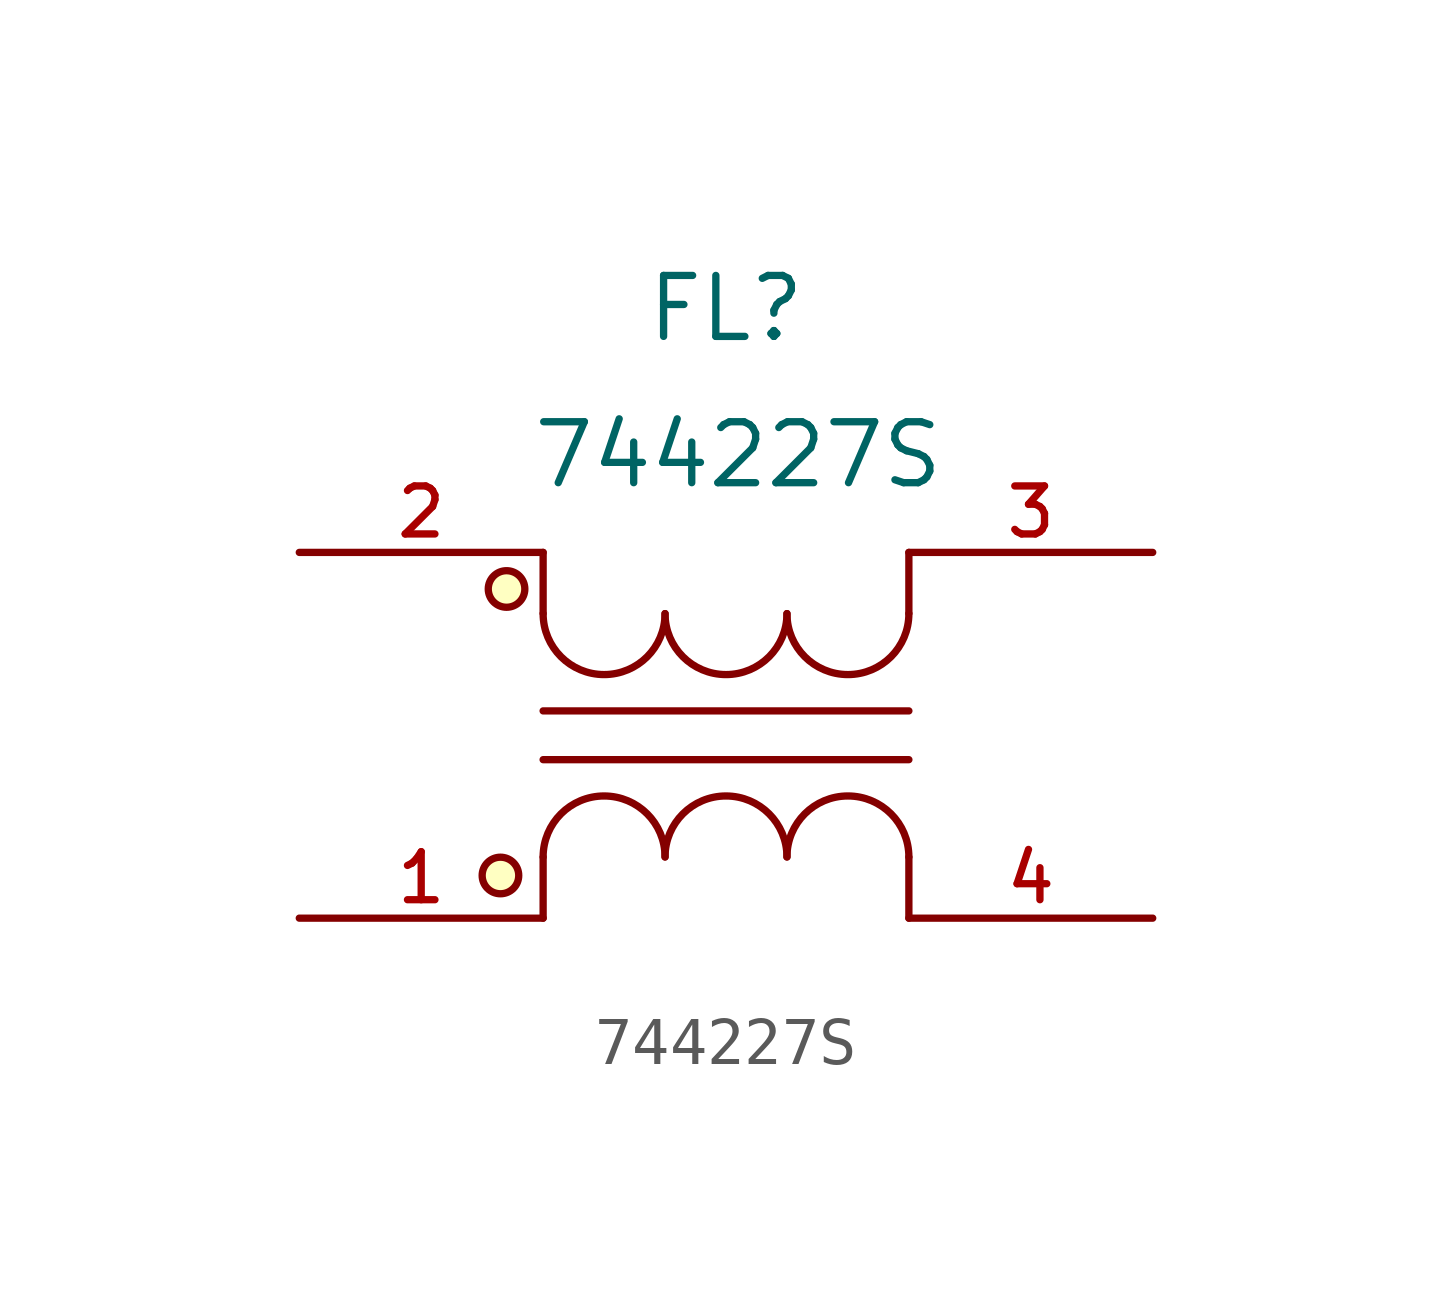
<source format=kicad_sym>
(kicad_symbol_lib
  (version 20231120)
  (generator "kicad_symbol_editor")
  (generator_version "8.0")
  (symbol "744227S"
    (property "Reference" "FL"
      (at 0 8.89 0)
      (effects (font (size 1.27 1.27))))
    (property "Value" "744227S"
      (at 0.254 5.842 0)
      (effects (font (size 1.27 1.27))))
    (symbol "744227S_0_1"
      (circle (center -4.699 -2.921) (radius 0.381) (stroke (width 0) (type default)) (fill (type background)))
      (circle (center -4.572 3.048) (radius 0.381) (stroke (width 0) (type default)) (fill (type background)))
      (arc (start -3.81 2.5345) (mid -2.54 1.27) (end -1.27 2.5345) (stroke (width 0) (type default)) (fill (type none)))
      (arc (start -1.27 -2.5345) (mid -2.54 -1.27) (end -3.81 -2.5345) (stroke (width 0) (type default)) (fill (type none)))
      (arc (start -1.27 2.5345) (mid 0 1.27) (end 1.27 2.5345) (stroke (width 0) (type default)) (fill (type none)))
      (polyline (pts (xy -3.81 -3.81) (xy -3.81 -2.54)) (stroke (width 0) (type default)) (fill (type none)))
      (polyline (pts (xy -3.81 -0.508) (xy 3.81 -0.508)) (stroke (width 0) (type default)) (fill (type none)))
      (polyline (pts (xy -3.81 0.508) (xy 3.81 0.508)) (stroke (width 0) (type default)) (fill (type none)))
      (polyline (pts (xy -3.81 3.81) (xy -3.81 2.54)) (stroke (width 0) (type default)) (fill (type none)))
      (polyline (pts (xy 3.81 -3.81) (xy 3.81 -2.54)) (stroke (width 0) (type default)) (fill (type none)))
      (polyline (pts (xy 3.81 3.81) (xy 3.81 2.54)) (stroke (width 0) (type default)) (fill (type none)))
      (arc (start 1.27 -2.5345) (mid 0 -1.27) (end -1.27 -2.5345) (stroke (width 0) (type default)) (fill (type none)))
      (arc (start 1.27 2.5345) (mid 2.54 1.27) (end 3.81 2.5345) (stroke (width 0) (type default)) (fill (type none)))
      (arc (start 3.8099 -2.5344) (mid 2.5399 -1.27) (end 1.2699 -2.5344) (stroke (width 0) (type default)) (fill (type none)))
      (pin unspecified line (at -8.89 -3.81 0) (length 5.08) (name "" (effects (font (size 1 1)))) (number "1" (effects (font (size 1 1)))))
      (pin unspecified line (at 8.89 3.81 180) (length 5.08) (name "" (effects (font (size 1 1)))) (number "3" (effects (font (size 1 1)))))
      (pin unspecified line (at 8.89 -3.81 180) (length 5.08) (name "" (effects (font (size 1 1)))) (number "4" (effects (font (size 1 1))))))
    (symbol "744227S_1_1"
      (pin unspecified line (at -8.89 3.81 0) (length 5.08) (name "" (effects (font (size 1 1)))) (number "2" (effects (font (size 1 1))))))))
</source>
